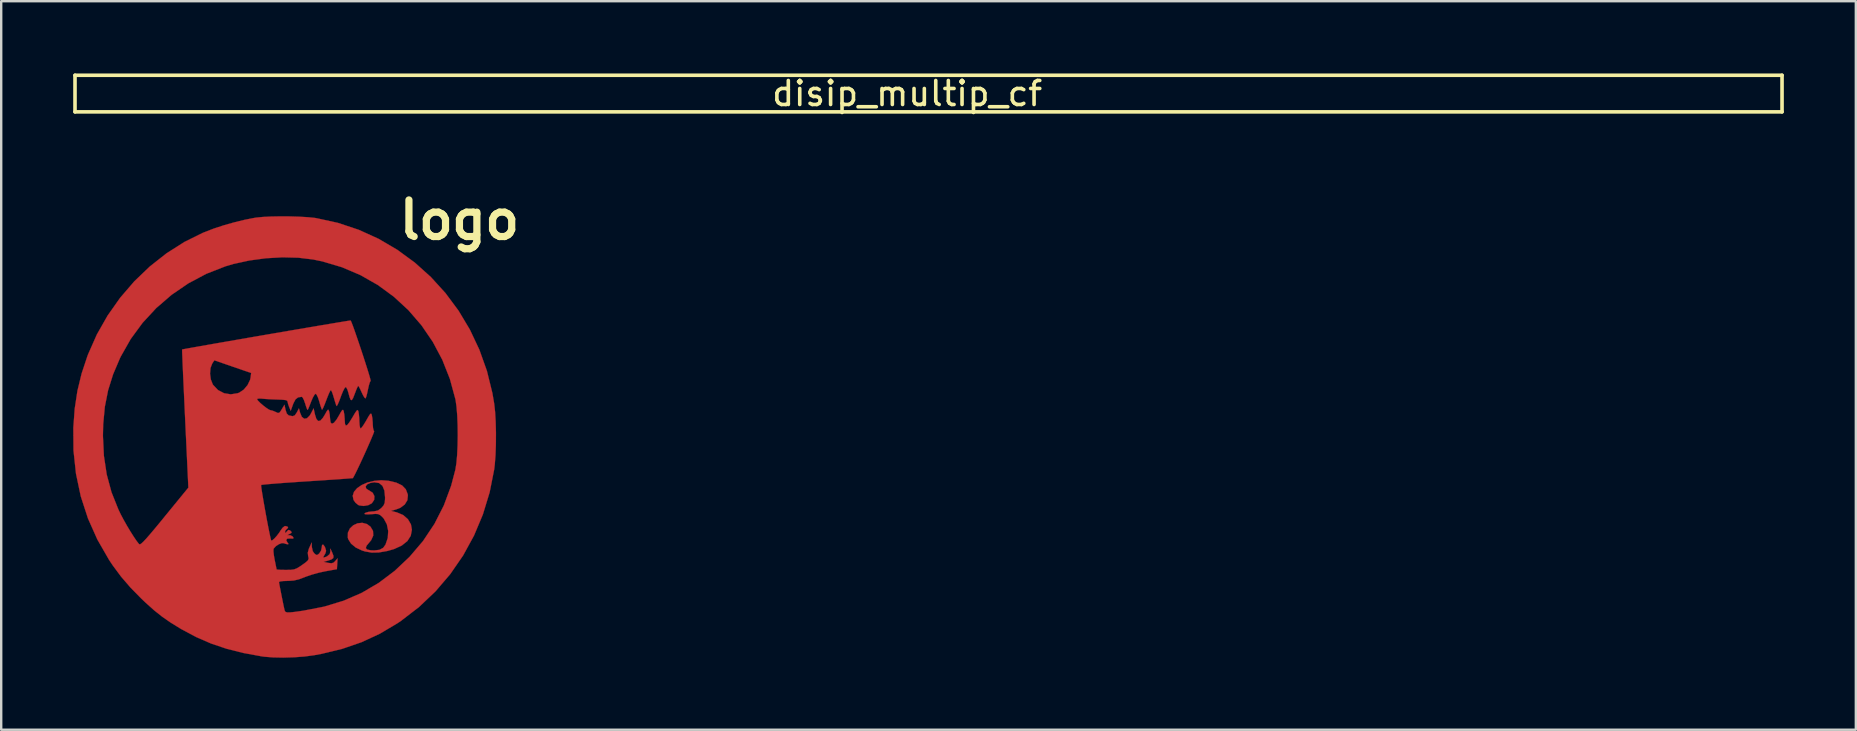
<source format=kicad_pcb>
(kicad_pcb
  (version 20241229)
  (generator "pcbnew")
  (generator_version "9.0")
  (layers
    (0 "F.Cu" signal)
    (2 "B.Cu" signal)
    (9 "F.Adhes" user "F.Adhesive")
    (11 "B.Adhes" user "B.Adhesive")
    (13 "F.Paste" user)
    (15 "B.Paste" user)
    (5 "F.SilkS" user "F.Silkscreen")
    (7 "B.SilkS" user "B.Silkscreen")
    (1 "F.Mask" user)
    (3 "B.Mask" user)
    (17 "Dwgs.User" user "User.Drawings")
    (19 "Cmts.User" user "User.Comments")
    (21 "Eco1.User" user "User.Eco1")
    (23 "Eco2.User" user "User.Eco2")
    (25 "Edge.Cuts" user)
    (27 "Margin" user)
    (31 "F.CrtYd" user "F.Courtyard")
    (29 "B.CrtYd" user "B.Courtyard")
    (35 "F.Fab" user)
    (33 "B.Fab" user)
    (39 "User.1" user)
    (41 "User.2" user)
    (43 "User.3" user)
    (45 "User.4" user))
  (footprint "logo"
    (layer "F.Cu")
    (at 8.472 15.005)
    (property "Reference" "logo" (at 7.62 -8.89 0) (layer "F.SilkS") (effects (font (size 1.524 1.524) (thickness 0.3))))
    (attr through_hole)
    (fp_poly (pts (xy 4.666 1.976) (xy 4.992 2.054) (xy 5.23 2.169) (xy 5.385 2.329) (xy 5.464 2.536) (xy 5.471 2.577) (xy 5.451 2.783) (xy 5.342 2.963) (xy 5.154 3.103) (xy 4.997 3.164) (xy 4.77 3.231) (xy 5.02 3.295) (xy 5.274 3.403) (xy 5.472 3.575) (xy 5.599 3.792) (xy 5.639 4.015) (xy 5.591 4.267) (xy 5.449 4.488) (xy 5.217 4.673) (xy 4.898 4.82) (xy 4.613 4.901) (xy 4.264 4.962) (xy 3.967 4.968) (xy 3.689 4.92) (xy 3.566 4.882) (xy 3.302 4.758) (xy 3.104 4.595) (xy 2.987 4.409) (xy 2.968 4.341) (xy 2.973 4.135) (xy 3.057 3.96) (xy 3.199 3.828) (xy 3.378 3.747) (xy 3.574 3.727) (xy 3.766 3.778) (xy 3.914 3.888) (xy 4.019 4.065) (xy 4.029 4.257) (xy 3.942 4.45) (xy 3.871 4.536) (xy 3.751 4.68) (xy 3.718 4.78) (xy 3.775 4.842) (xy 3.926 4.872) (xy 4.071 4.877) (xy 4.291 4.852) (xy 4.443 4.768) (xy 4.54 4.634) (xy 4.634 4.357) (xy 4.652 4.067) (xy 4.596 3.79) (xy 4.469 3.554) (xy 4.413 3.49) (xy 4.32 3.406) (xy 4.235 3.364) (xy 4.121 3.355) (xy 3.96 3.367) (xy 3.8 3.375) (xy 3.691 3.369) (xy 3.658 3.354) (xy 3.704 3.309) (xy 3.825 3.273) (xy 3.994 3.253) (xy 4.055 3.252) (xy 4.229 3.212) (xy 4.373 3.103) (xy 4.461 3) (xy 4.506 2.894) (xy 4.52 2.743) (xy 4.521 2.668) (xy 4.494 2.384) (xy 4.411 2.185) (xy 4.272 2.07) (xy 4.076 2.038) (xy 3.917 2.063) (xy 3.772 2.127) (xy 3.711 2.214) (xy 3.737 2.304) (xy 3.854 2.378) (xy 3.859 2.379) (xy 4.006 2.475) (xy 4.077 2.614) (xy 4.067 2.77) (xy 3.97 2.913) (xy 3.82 2.993) (xy 3.629 3.025) (xy 3.449 3.003) (xy 3.404 2.984) (xy 3.288 2.889) (xy 3.207 2.773) (xy 3.173 2.601) (xy 3.227 2.435) (xy 3.357 2.283) (xy 3.548 2.152) (xy 3.788 2.048) (xy 4.064 1.98) (xy 4.363 1.953) (xy 4.666 1.976)) (stroke (width 0.01) (type solid)) (fill yes) (layer "F.Cu"))
    (fp_poly (pts (xy 0.554 -9.038) (xy 0.945 -9.026) (xy 1.298 -9.006) (xy 1.585 -8.977) (xy 1.651 -8.967) (xy 2.557 -8.769) (xy 3.426 -8.48) (xy 4.253 -8.104) (xy 5.032 -7.647) (xy 5.76 -7.114) (xy 6.431 -6.511) (xy 7.04 -5.841) (xy 7.583 -5.11) (xy 8.054 -4.323) (xy 8.449 -3.486) (xy 8.764 -2.603) (xy 8.992 -1.679) (xy 9.066 -1.248) (xy 9.105 -0.898) (xy 9.129 -0.477) (xy 9.141 -0.016) (xy 9.138 0.454) (xy 9.122 0.903) (xy 9.092 1.3) (xy 9.068 1.499) (xy 8.878 2.457) (xy 8.596 3.379) (xy 8.227 4.257) (xy 7.773 5.087) (xy 7.237 5.864) (xy 6.624 6.581) (xy 5.936 7.234) (xy 5.178 7.817) (xy 5.032 7.915) (xy 4.305 8.346) (xy 3.545 8.699) (xy 2.737 8.977) (xy 1.867 9.188) (xy 1.557 9.245) (xy 1.165 9.297) (xy 0.73 9.329) (xy 0.283 9.342) (xy -0.141 9.334) (xy -0.509 9.306) (xy -0.61 9.292) (xy -1.383 9.15) (xy -2.082 8.974) (xy -2.729 8.756) (xy -3.347 8.487) (xy -3.96 8.16) (xy -4.027 8.121) (xy -4.425 7.875) (xy -4.774 7.632) (xy -5.105 7.368) (xy -5.45 7.059) (xy -5.632 6.886) (xy -6.089 6.42) (xy -6.478 5.968) (xy -6.825 5.5) (xy -6.975 5.275) (xy -7.464 4.426) (xy -7.858 3.542) (xy -8.156 2.626) (xy -8.356 1.681) (xy -8.46 0.711) (xy -8.464 0.102) (xy -7.234 0.102) (xy -7.194 0.934) (xy -7.076 1.714) (xy -6.876 2.454) (xy -6.59 3.171) (xy -6.492 3.374) (xy -6.373 3.599) (xy -6.236 3.842) (xy -6.092 4.083) (xy -5.953 4.302) (xy -5.833 4.479) (xy -5.744 4.595) (xy -5.718 4.62) (xy -5.686 4.623) (xy -5.632 4.589) (xy -5.548 4.512) (xy -5.429 4.385) (xy -5.269 4.202) (xy -5.061 3.955) (xy -4.799 3.638) (xy -4.662 3.469) (xy -3.674 2.261) (xy -3.809 -0.61) (xy -3.833 -1.139) (xy -3.856 -1.638) (xy -3.877 -2.096) (xy -3.895 -2.488) (xy -2.771 -2.488) (xy -2.739 -2.248) (xy -2.658 -2.042) (xy -2.642 -2.018) (xy -2.439 -1.804) (xy -2.187 -1.672) (xy -1.907 -1.626) (xy -1.619 -1.672) (xy -1.554 -1.696) (xy -1.366 -1.822) (xy -1.207 -2.012) (xy -1.103 -2.23) (xy -1.083 -2.322) (xy -1.058 -2.515) (xy -1.825 -2.779) (xy -2.591 -3.044) (xy -2.679 -2.91) (xy -2.752 -2.722) (xy -2.771 -2.488) (xy -3.895 -2.488) (xy -3.895 -2.505) (xy -3.911 -2.855) (xy -3.922 -3.138) (xy -3.931 -3.344) (xy -3.935 -3.465) (xy -3.935 -3.494) (xy -3.885 -3.505) (xy -3.744 -3.531) (xy -3.523 -3.571) (xy -3.231 -3.623) (xy -2.878 -3.685) (xy -2.474 -3.756) (xy -2.029 -3.833) (xy -1.552 -3.916) (xy -1.053 -4.003) (xy -0.542 -4.091) (xy -0.029 -4.179) (xy 0.477 -4.266) (xy 0.965 -4.349) (xy 1.426 -4.428) (xy 1.85 -4.5) (xy 2.228 -4.563) (xy 2.549 -4.617) (xy 2.804 -4.659) (xy 2.982 -4.688) (xy 3.075 -4.702) (xy 3.086 -4.702) (xy 3.116 -4.643) (xy 3.17 -4.505) (xy 3.243 -4.303) (xy 3.33 -4.053) (xy 3.426 -3.771) (xy 3.526 -3.473) (xy 3.625 -3.172) (xy 3.717 -2.886) (xy 3.798 -2.63) (xy 3.862 -2.419) (xy 3.904 -2.268) (xy 3.92 -2.194) (xy 3.919 -2.189) (xy 3.885 -2.127) (xy 3.845 -1.994) (xy 3.808 -1.829) (xy 3.771 -1.654) (xy 3.735 -1.52) (xy 3.709 -1.458) (xy 3.672 -1.478) (xy 3.612 -1.572) (xy 3.551 -1.698) (xy 3.483 -1.847) (xy 3.428 -1.949) (xy 3.403 -1.98) (xy 3.375 -1.937) (xy 3.324 -1.821) (xy 3.262 -1.658) (xy 3.257 -1.646) (xy 3.187 -1.467) (xy 3.133 -1.384) (xy 3.088 -1.397) (xy 3.042 -1.508) (xy 2.994 -1.689) (xy 2.95 -1.829) (xy 2.901 -1.916) (xy 2.878 -1.93) (xy 2.836 -1.886) (xy 2.773 -1.766) (xy 2.702 -1.595) (xy 2.675 -1.52) (xy 2.607 -1.339) (xy 2.549 -1.206) (xy 2.511 -1.14) (xy 2.503 -1.138) (xy 2.476 -1.197) (xy 2.434 -1.326) (xy 2.388 -1.484) (xy 2.338 -1.647) (xy 2.293 -1.762) (xy 2.262 -1.803) (xy 2.229 -1.759) (xy 2.173 -1.64) (xy 2.104 -1.468) (xy 2.071 -1.382) (xy 2.001 -1.198) (xy 1.942 -1.061) (xy 1.902 -0.99) (xy 1.893 -0.986) (xy 1.867 -1.045) (xy 1.824 -1.174) (xy 1.779 -1.332) (xy 1.725 -1.495) (xy 1.67 -1.61) (xy 1.628 -1.651) (xy 1.579 -1.607) (xy 1.513 -1.491) (xy 1.443 -1.329) (xy 1.441 -1.324) (xy 1.377 -1.157) (xy 1.325 -1.032) (xy 1.297 -0.976) (xy 1.297 -0.975) (xy 1.273 -1.008) (xy 1.232 -1.114) (xy 1.193 -1.239) (xy 1.139 -1.392) (xy 1.085 -1.495) (xy 1.05 -1.523) (xy 0.898 -1.499) (xy 0.791 -1.417) (xy 0.706 -1.258) (xy 0.685 -1.204) (xy 0.591 -0.942) (xy 0.526 -1.093) (xy 0.48 -1.224) (xy 0.459 -1.322) (xy 0.439 -1.362) (xy 0.369 -1.388) (xy 0.232 -1.402) (xy 0.033 -1.41) (xy -0.197 -1.418) (xy -0.416 -1.43) (xy -0.582 -1.443) (xy -0.602 -1.446) (xy -0.731 -1.452) (xy -0.806 -1.437) (xy -0.813 -1.426) (xy -0.775 -1.365) (xy -0.68 -1.268) (xy -0.552 -1.158) (xy -0.42 -1.057) (xy -0.31 -0.986) (xy -0.254 -0.965) (xy -0.156 -0.942) (xy -0.035 -0.89) (xy 0.056 -0.849) (xy 0.116 -0.859) (xy 0.176 -0.935) (xy 0.218 -1.005) (xy 0.33 -1.194) (xy 0.374 -0.982) (xy 0.426 -0.825) (xy 0.505 -0.749) (xy 0.527 -0.742) (xy 0.67 -0.716) (xy 0.76 -0.75) (xy 0.836 -0.859) (xy 0.846 -0.876) (xy 0.932 -1.041) (xy 0.979 -0.864) (xy 1.053 -0.689) (xy 1.153 -0.61) (xy 1.267 -0.628) (xy 1.383 -0.744) (xy 1.432 -0.826) (xy 1.544 -1.041) (xy 1.6 -0.787) (xy 1.659 -0.601) (xy 1.734 -0.515) (xy 1.823 -0.529) (xy 1.929 -0.644) (xy 2.008 -0.772) (xy 2.089 -0.917) (xy 2.137 -0.983) (xy 2.166 -0.98) (xy 2.188 -0.918) (xy 2.19 -0.914) (xy 2.215 -0.775) (xy 2.23 -0.609) (xy 2.23 -0.597) (xy 2.253 -0.452) (xy 2.308 -0.401) (xy 2.391 -0.442) (xy 2.499 -0.573) (xy 2.589 -0.724) (xy 2.68 -0.885) (xy 2.736 -0.967) (xy 2.769 -0.981) (xy 2.792 -0.938) (xy 2.799 -0.914) (xy 2.822 -0.786) (xy 2.837 -0.612) (xy 2.84 -0.542) (xy 2.852 -0.392) (xy 2.885 -0.326) (xy 2.943 -0.346) (xy 3.031 -0.455) (xy 3.155 -0.653) (xy 3.174 -0.686) (xy 3.274 -0.856) (xy 3.338 -0.947) (xy 3.376 -0.972) (xy 3.4 -0.941) (xy 3.41 -0.911) (xy 3.43 -0.791) (xy 3.445 -0.616) (xy 3.449 -0.495) (xy 3.46 -0.338) (xy 3.481 -0.232) (xy 3.503 -0.203) (xy 3.549 -0.244) (xy 3.627 -0.354) (xy 3.722 -0.509) (xy 3.742 -0.545) (xy 3.838 -0.713) (xy 3.899 -0.803) (xy 3.935 -0.825) (xy 3.959 -0.791) (xy 3.968 -0.761) (xy 3.99 -0.636) (xy 4.005 -0.461) (xy 4.008 -0.373) (xy 4.02 -0.221) (xy 4.046 -0.118) (xy 4.066 -0.092) (xy 4.056 -0.046) (xy 4.009 0.076) (xy 3.934 0.257) (xy 3.836 0.481) (xy 3.725 0.731) (xy 3.607 0.991) (xy 3.49 1.244) (xy 3.38 1.475) (xy 3.287 1.667) (xy 3.216 1.804) (xy 3.179 1.865) (xy 3.128 1.87) (xy 2.987 1.881) (xy 2.767 1.898) (xy 2.479 1.918) (xy 2.135 1.941) (xy 1.745 1.967) (xy 1.32 1.995) (xy 1.279 1.997) (xy 0.851 2.026) (xy 0.455 2.053) (xy 0.103 2.079) (xy -0.194 2.103) (xy -0.425 2.123) (xy -0.578 2.139) (xy -0.642 2.15) (xy -0.643 2.15) (xy -0.641 2.205) (xy -0.623 2.342) (xy -0.591 2.544) (xy -0.549 2.794) (xy -0.5 3.075) (xy -0.447 3.37) (xy -0.393 3.661) (xy -0.341 3.931) (xy -0.294 4.164) (xy -0.256 4.341) (xy -0.23 4.446) (xy -0.222 4.466) (xy -0.174 4.454) (xy -0.088 4.38) (xy 0.014 4.266) (xy 0.113 4.135) (xy 0.165 4.052) (xy 0.253 3.931) (xy 0.34 3.865) (xy 0.362 3.861) (xy 0.454 3.884) (xy 0.482 3.934) (xy 0.432 3.981) (xy 0.366 4.051) (xy 0.356 4.098) (xy 0.363 4.153) (xy 0.396 4.128) (xy 0.426 4.088) (xy 0.491 4.023) (xy 0.555 4.041) (xy 0.582 4.062) (xy 0.631 4.115) (xy 0.607 4.156) (xy 0.524 4.201) (xy 0.454 4.239) (xy 0.464 4.245) (xy 0.476 4.242) (xy 0.581 4.247) (xy 0.675 4.299) (xy 0.711 4.366) (xy 0.668 4.385) (xy 0.563 4.38) (xy 0.559 4.38) (xy 0.44 4.389) (xy 0.402 4.451) (xy 0.456 4.55) (xy 0.467 4.562) (xy 0.5 4.611) (xy 0.455 4.622) (xy 0.346 4.595) (xy 0.311 4.577) (xy 0.221 4.572) (xy 0.096 4.619) (xy -0.027 4.699) (xy -0.112 4.792) (xy -0.126 4.822) (xy -0.13 4.914) (xy -0.113 5.072) (xy -0.08 5.263) (xy -0.077 5.279) (xy -0.04 5.459) (xy -0.012 5.597) (xy -0.000193 5.665) (xy 0 5.668) (xy 0.047 5.678) (xy 0.17 5.686) (xy 0.346 5.689) (xy 0.386 5.69) (xy 0.589 5.686) (xy 0.73 5.668) (xy 0.848 5.623) (xy 0.984 5.54) (xy 1.067 5.482) (xy 1.22 5.372) (xy 1.304 5.295) (xy 1.335 5.231) (xy 1.328 5.157) (xy 1.317 5.119) (xy 1.301 4.974) (xy 1.343 4.814) (xy 1.369 4.755) (xy 1.465 4.547) (xy 1.469 4.729) (xy 1.508 4.908) (xy 1.575 5.004) (xy 1.655 5.066) (xy 1.715 5.056) (xy 1.778 5.004) (xy 1.855 4.883) (xy 1.88 4.767) (xy 1.896 4.653) (xy 1.94 4.632) (xy 2 4.706) (xy 2.03 4.771) (xy 2.064 4.896) (xy 2.034 5.001) (xy 2.005 5.05) (xy 1.95 5.145) (xy 1.961 5.176) (xy 2.047 5.149) (xy 2.106 5.123) (xy 2.215 5.03) (xy 2.239 4.932) (xy 2.243 4.801) (xy 2.313 4.953) (xy 2.371 5.104) (xy 2.364 5.196) (xy 2.282 5.255) (xy 2.174 5.292) (xy 1.961 5.356) (xy 2.154 5.396) (xy 2.291 5.413) (xy 2.379 5.384) (xy 2.443 5.321) (xy 2.541 5.207) (xy 2.515 5.659) (xy 2.032 5.746) (xy 1.763 5.804) (xy 1.478 5.883) (xy 1.229 5.968) (xy 1.174 5.99) (xy 0.928 6.082) (xy 0.717 6.131) (xy 0.491 6.147) (xy 0.45 6.147) (xy 0.277 6.153) (xy 0.152 6.169) (xy 0.102 6.191) (xy 0.102 6.192) (xy 0.111 6.256) (xy 0.136 6.395) (xy 0.173 6.583) (xy 0.215 6.797) (xy 0.258 7.011) (xy 0.297 7.201) (xy 0.328 7.341) (xy 0.331 7.353) (xy 0.349 7.408) (xy 0.383 7.444) (xy 0.45 7.461) (xy 0.564 7.459) (xy 0.741 7.441) (xy 0.998 7.405) (xy 1.111 7.389) (xy 1.985 7.219) (xy 2.797 6.972) (xy 3.553 6.643) (xy 4.259 6.229) (xy 4.922 5.729) (xy 5.541 5.145) (xy 6.102 4.487) (xy 6.578 3.773) (xy 6.969 3.005) (xy 7.274 2.184) (xy 7.451 1.511) (xy 7.493 1.244) (xy 7.524 0.9) (xy 7.543 0.505) (xy 7.55 0.082) (xy 7.545 -0.343) (xy 7.528 -0.746) (xy 7.499 -1.102) (xy 7.459 -1.387) (xy 7.452 -1.422) (xy 7.222 -2.267) (xy 6.906 -3.066) (xy 6.51 -3.812) (xy 6.038 -4.502) (xy 5.496 -5.13) (xy 4.889 -5.691) (xy 4.221 -6.18) (xy 3.499 -6.592) (xy 2.727 -6.921) (xy 1.91 -7.164) (xy 1.524 -7.244) (xy 0.912 -7.318) (xy 0.245 -7.335) (xy -0.447 -7.295) (xy -1.137 -7.202) (xy -1.797 -7.058) (xy -2.133 -6.958) (xy -2.926 -6.648) (xy -3.675 -6.25) (xy -4.372 -5.773) (xy -5.01 -5.223) (xy -5.581 -4.606) (xy -6.077 -3.93) (xy -6.491 -3.2) (xy -6.525 -3.13) (xy -6.812 -2.455) (xy -7.02 -1.789) (xy -7.155 -1.105) (xy -7.223 -0.379) (xy -7.234 0.102) (xy -8.464 0.102) (xy -8.467 -0.229) (xy -8.409 -1.029) (xy -8.296 -1.773) (xy -8.121 -2.494) (xy -7.878 -3.225) (xy -7.852 -3.293) (xy -7.486 -4.12) (xy -7.038 -4.908) (xy -6.516 -5.648) (xy -5.928 -6.332) (xy -5.28 -6.953) (xy -4.583 -7.502) (xy -3.842 -7.973) (xy -3.066 -8.357) (xy -2.623 -8.529) (xy -2.209 -8.665) (xy -1.77 -8.789) (xy -1.34 -8.895) (xy -0.956 -8.971) (xy -0.838 -8.99) (xy -0.571 -9.016) (xy -0.232 -9.033) (xy 0.153 -9.04) (xy 0.554 -9.038)) (stroke (width 0.01) (type solid)) (fill yes) (layer "F.Cu")))
  (footprint "disip_multip_cf"
    (layer "F.Cu")
    (at 34.238 0.848)
    (property "Reference" "disip_multip_cf" (at 0.508 0 0) (layer "F.SilkS") (effects (font (size 1 1) (thickness 0.15))))
    (attr through_hole)
    (fp_line (start -34.163 -0.762) (end 36.957 -0.762) (stroke (width 0.15) (type solid)) (layer "F.SilkS"))
    (fp_line (start -34.163 0.762) (end -34.163 -0.762) (stroke (width 0.15) (type solid)) (layer "F.SilkS"))
    (fp_line (start 36.957 -0.762) (end 36.957 0.762) (stroke (width 0.15) (type solid)) (layer "F.SilkS"))
    (fp_line (start 36.957 0.762) (end -34.163 0.762) (stroke (width 0.15) (type solid)) (layer "F.SilkS")))
  (gr_rect
    (start -3 -3)
    (end 74.27 27.352)
    (stroke (width 0.1) (type default))
    (fill no)
    (layer "Edge.Cuts")))
</source>
